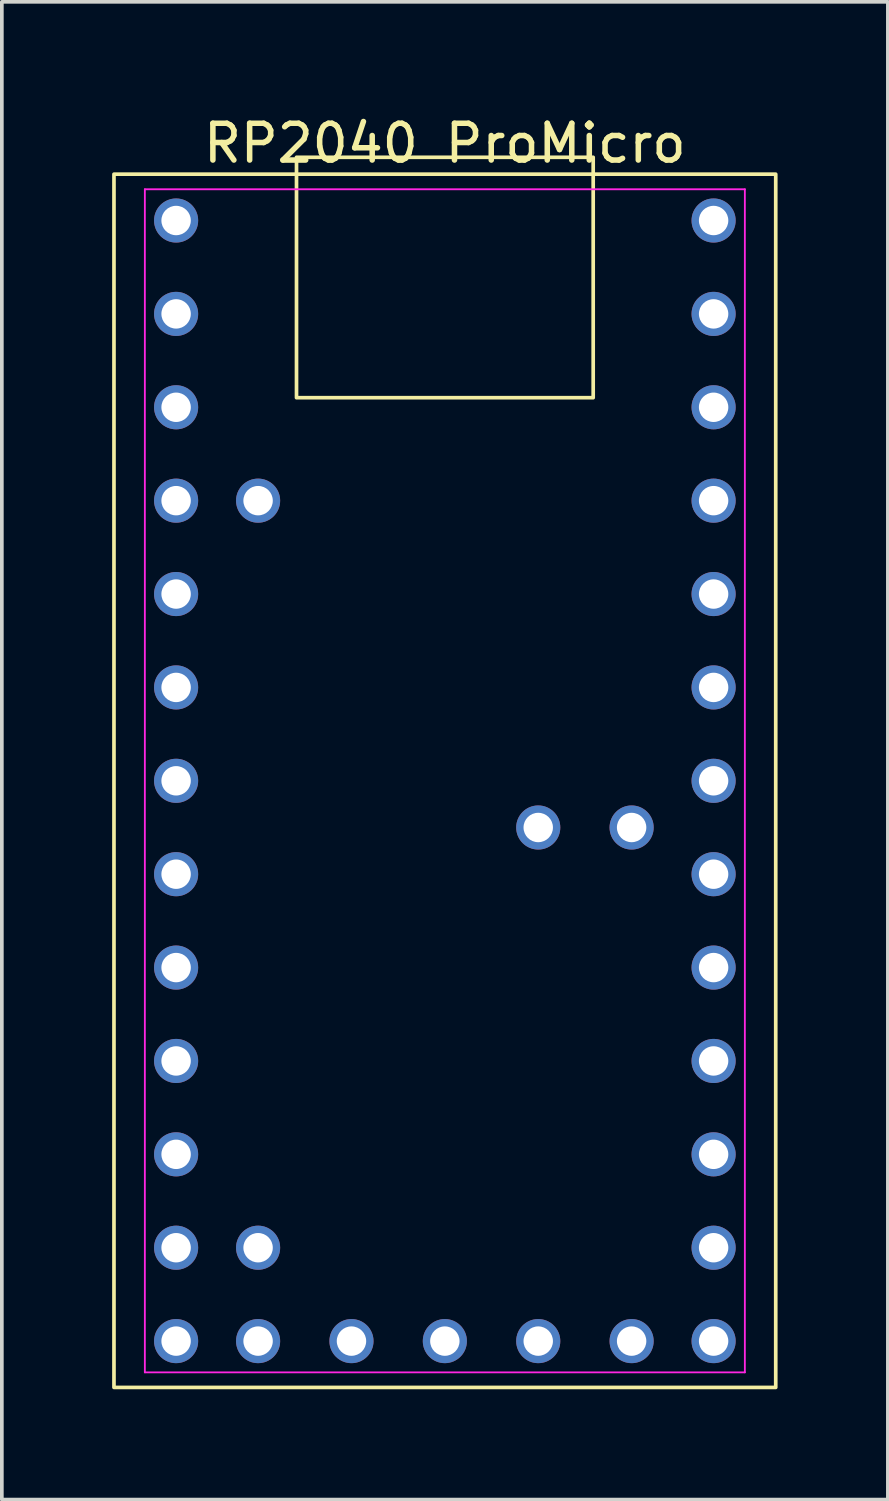
<source format=kicad_pcb>
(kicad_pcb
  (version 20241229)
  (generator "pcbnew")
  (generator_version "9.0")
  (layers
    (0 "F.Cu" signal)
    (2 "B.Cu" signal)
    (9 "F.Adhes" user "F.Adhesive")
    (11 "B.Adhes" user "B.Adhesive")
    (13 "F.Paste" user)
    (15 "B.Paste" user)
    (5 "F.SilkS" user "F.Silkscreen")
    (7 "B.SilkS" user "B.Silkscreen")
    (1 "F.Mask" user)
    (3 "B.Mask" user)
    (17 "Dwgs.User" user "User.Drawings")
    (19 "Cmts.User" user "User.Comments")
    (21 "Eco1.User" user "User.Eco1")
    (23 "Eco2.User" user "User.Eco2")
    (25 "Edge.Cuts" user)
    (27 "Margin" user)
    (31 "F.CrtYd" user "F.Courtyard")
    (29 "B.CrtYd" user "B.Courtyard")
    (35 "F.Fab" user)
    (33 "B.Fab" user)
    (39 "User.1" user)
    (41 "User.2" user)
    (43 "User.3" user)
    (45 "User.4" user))
  (footprint "RP2040 ProMicro"
    (layer "F.Cu")
    (at 9.05 18.188)
    (property "Reference" "RP2040 ProMicro" (at 0 -17.34 0) (layer "F.SilkS") (effects (font (size 1 1) (thickness 0.15))))
    (attr through_hole)
    (fp_rect (start -9 -16.5) (end 9 16.5) (stroke (width 0.1) (type solid)) (fill no) (layer "F.SilkS"))
    (fp_rect (start -4.035 -16.96) (end 4.035 -10.42) (stroke (width 0.1) (type default)) (fill no) (layer "F.SilkS"))
    (fp_line (start -8.16 -16.09) (end 8.16 -16.09) (stroke (width 0.05) (type default)) (layer "F.CrtYd"))
    (fp_line (start -8.16 16.09) (end -8.16 -16.09) (stroke (width 0.05) (type default)) (layer "F.CrtYd"))
    (fp_line (start 8.16 -16.09) (end 8.16 16.09) (stroke (width 0.05) (type default)) (layer "F.CrtYd"))
    (fp_line (start 8.16 16.09) (end -8.16 16.09) (stroke (width 0.05) (type default)) (layer "F.CrtYd"))
    (pad "0" thru_hole circle (at -7.31 -12.7 270) (size 1.2 1.2) (drill 0.8) (layers "*.Cu" "*.Mask"))
    (pad "1" thru_hole circle (at -7.31 -10.16 270) (size 1.2 1.2) (drill 0.8) (layers "*.Cu" "*.Mask"))
    (pad "2" thru_hole circle (at -7.31 -2.54 270) (size 1.2 1.2) (drill 0.8) (layers "*.Cu" "*.Mask"))
    (pad "3" thru_hole circle (at -7.31 0 270) (size 1.2 1.2) (drill 0.8) (layers "*.Cu" "*.Mask"))
    (pad "3v3" thru_hole circle (at 7.31 -5.08 270) (size 1.2 1.2) (drill 0.8) (layers "*.Cu" "*.Mask"))
    (pad "4" thru_hole circle (at -7.31 2.54 270) (size 1.2 1.2) (drill 0.8) (layers "*.Cu" "*.Mask"))
    (pad "5" thru_hole circle (at -7.31 5.08 270) (size 1.2 1.2) (drill 0.8) (layers "*.Cu" "*.Mask"))
    (pad "5v" thru_hole circle (at 7.31 -12.7 270) (size 1.2 1.2) (drill 0.8) (layers "*.Cu" "*.Mask"))
    (pad "6" thru_hole circle (at -7.31 7.62 270) (size 1.2 1.2) (drill 0.8) (layers "*.Cu" "*.Mask"))
    (pad "7" thru_hole circle (at -7.31 10.16 270) (size 1.2 1.2) (drill 0.8) (layers "*.Cu" "*.Mask"))
    (pad "8" thru_hole circle (at -7.31 12.7 270) (size 1.2 1.2) (drill 0.8) (layers "*.Cu" "*.Mask"))
    (pad "9" thru_hole circle (at -7.31 15.24 270) (size 1.2 1.2) (drill 0.8) (layers "*.Cu" "*.Mask"))
    (pad "10" thru_hole circle (at -7.31 -15.24 270) (size 1.2 1.2) (drill 0.8) (layers "*.Cu" "*.Mask"))
    (pad "11" thru_hole circle (at 7.31 -15.24 270) (size 1.2 1.2) (drill 0.8) (layers "*.Cu" "*.Mask"))
    (pad "12" thru_hole circle (at -5.08 15.24) (size 1.2 1.2) (drill 0.8) (layers "*.Cu" "*.Mask"))
    (pad "13" thru_hole circle (at -2.54 15.24) (size 1.2 1.2) (drill 0.8) (layers "*.Cu" "*.Mask"))
    (pad "14" thru_hole circle (at 0 15.24) (size 1.2 1.2) (drill 0.8) (layers "*.Cu" "*.Mask"))
    (pad "15" thru_hole circle (at 2.54 15.24) (size 1.2 1.2) (drill 0.8) (layers "*.Cu" "*.Mask"))
    (pad "16" thru_hole circle (at 5.08 15.24) (size 1.2 1.2) (drill 0.8) (layers "*.Cu" "*.Mask"))
    (pad "18" thru_hole circle (at 2.54 1.27) (size 1.2 1.2) (drill 0.8) (layers "*.Cu" "*.Mask"))
    (pad "20" thru_hole circle (at 7.31 10.16 270) (size 1.2 1.2) (drill 0.8) (layers "*.Cu" "*.Mask"))
    (pad "21" thru_hole circle (at 7.31 15.24 270) (size 1.2 1.2) (drill 0.8) (layers "*.Cu" "*.Mask"))
    (pad "22" thru_hole circle (at 7.31 7.62 270) (size 1.2 1.2) (drill 0.8) (layers "*.Cu" "*.Mask"))
    (pad "23" thru_hole circle (at 7.31 12.7 270) (size 1.2 1.2) (drill 0.8) (layers "*.Cu" "*.Mask"))
    (pad "24" thru_hole circle (at 5.08 1.27) (size 1.2 1.2) (drill 0.8) (layers "*.Cu" "*.Mask"))
    (pad "25" thru_hole circle (at -5.08 12.7) (size 1.2 1.2) (drill 0.8) (layers "*.Cu" "*.Mask"))
    (pad "26" thru_hole circle (at 7.31 5.08 270) (size 1.2 1.2) (drill 0.8) (layers "*.Cu" "*.Mask"))
    (pad "27" thru_hole circle (at 7.31 2.54 270) (size 1.2 1.2) (drill 0.8) (layers "*.Cu" "*.Mask"))
    (pad "28" thru_hole circle (at 7.31 0 270) (size 1.2 1.2) (drill 0.8) (layers "*.Cu" "*.Mask"))
    (pad "29" thru_hole circle (at 7.31 -2.54 270) (size 1.2 1.2) (drill 0.8) (layers "*.Cu" "*.Mask"))
    (pad "BOOT" thru_hole circle (at -5.08 -7.62) (size 1.2 1.2) (drill 0.8) (layers "*.Cu" "*.Mask"))
    (pad "G" thru_hole circle (at -7.31 -7.62 270) (size 1.2 1.2) (drill 0.8) (layers "*.Cu" "*.Mask"))
    (pad "G" thru_hole circle (at -7.31 -5.08 270) (size 1.2 1.2) (drill 0.8) (layers "*.Cu" "*.Mask"))
    (pad "G" thru_hole circle (at 7.31 -10.16 270) (size 1.2 1.2) (drill 0.8) (layers "*.Cu" "*.Mask"))
    (pad "RST" thru_hole circle (at 7.31 -7.62 270) (size 1.2 1.2) (drill 0.8) (layers "*.Cu" "*.Mask")))
  (gr_rect
    (start -3 -3)
    (end 21.1 37.738)
    (stroke (width 0.1) (type default))
    (fill no)
    (layer "Edge.Cuts")))
</source>
